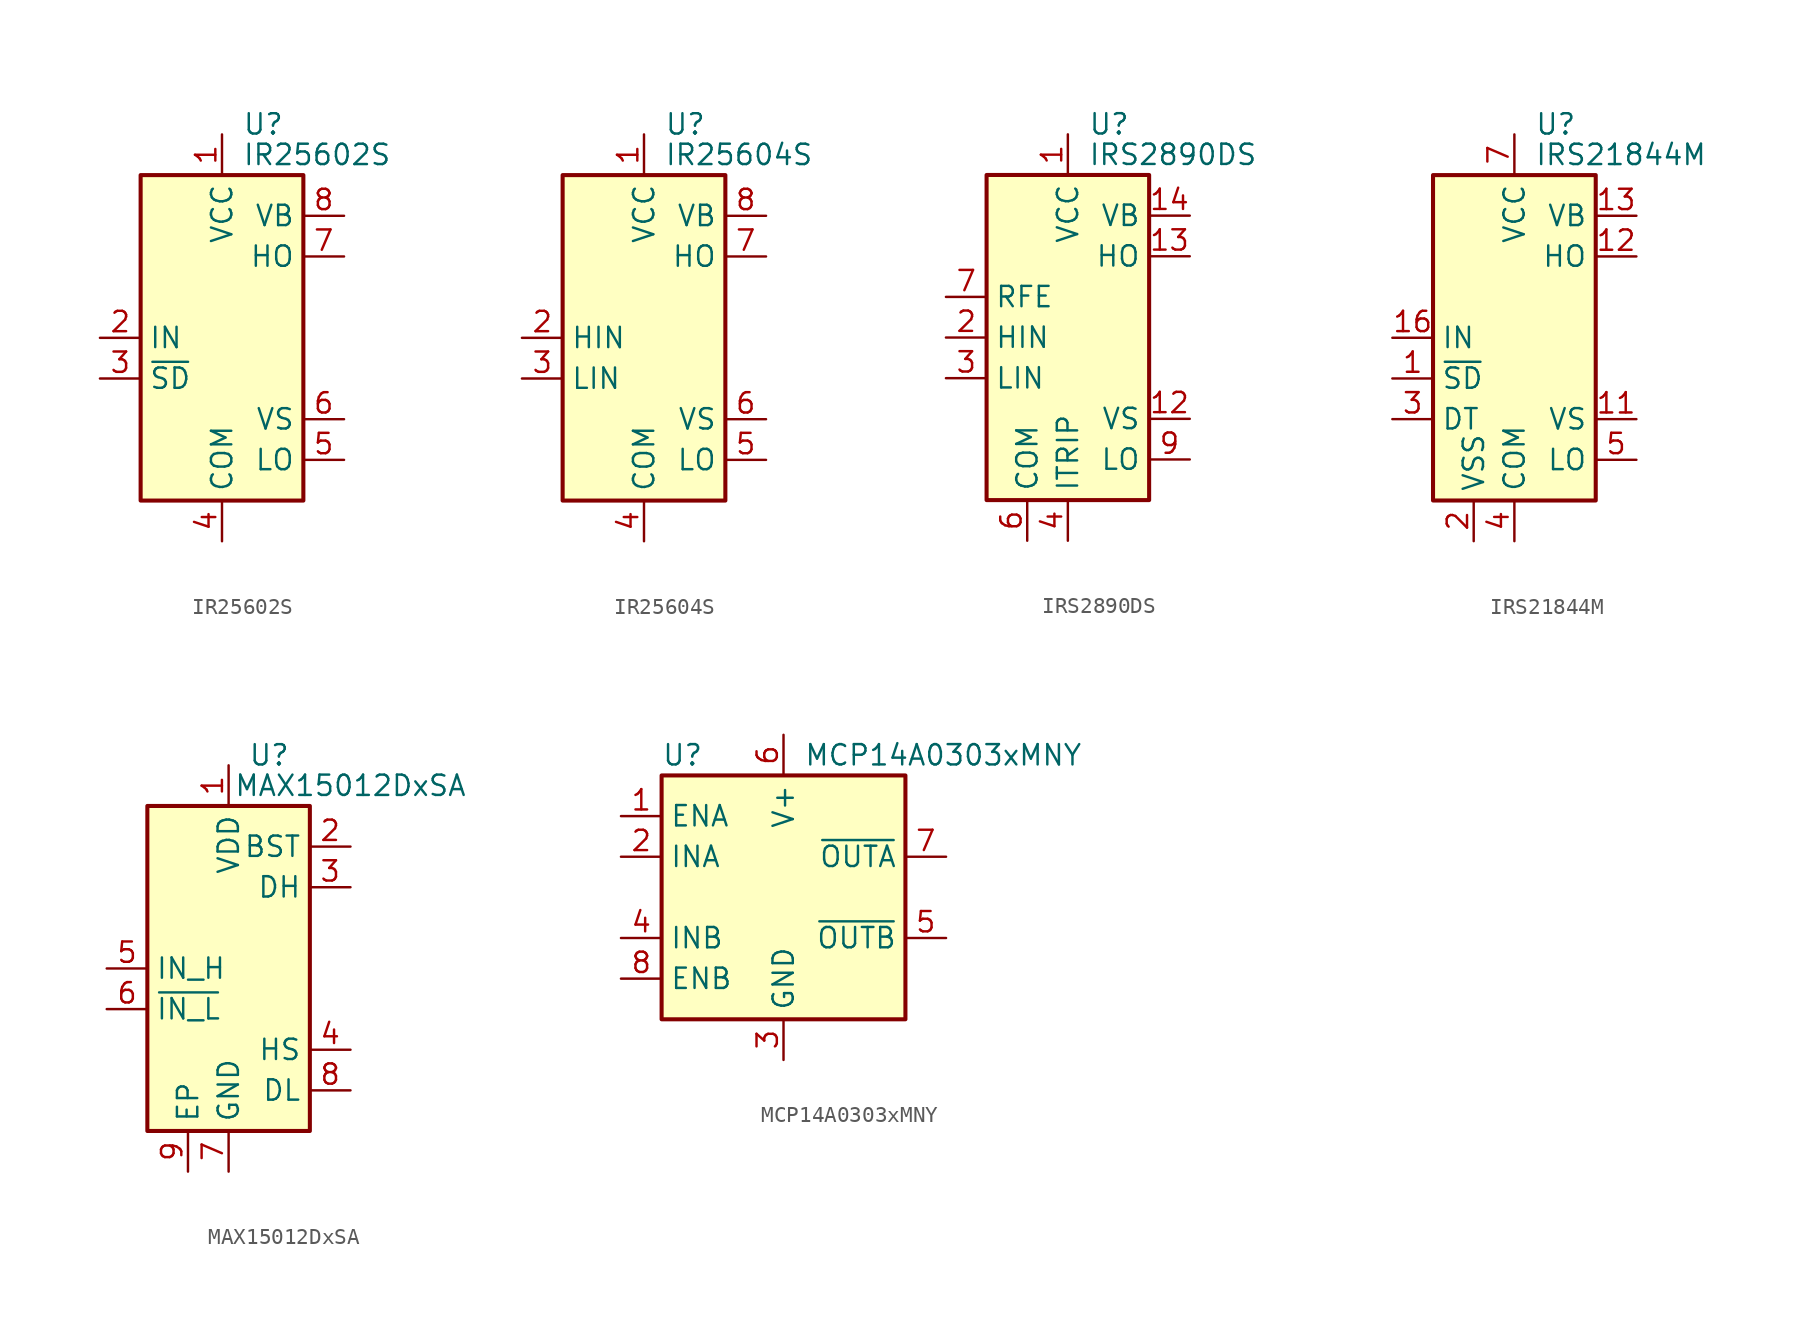
<source format=kicad_sym>
(kicad_symbol_lib
  (version 20211014)
  (generator kicad_symbol_editor)
  (symbol "IR25602S"
    (property "Reference" "U"
      (at 1.27 13.335 0)
      (effects (font (size 1.27 1.27)) (justify left)))
    (property "Value" "IR25602S"
      (at 1.27 11.43 0)
      (effects (font (size 1.27 1.27)) (justify left)))
    (symbol "IR25602S_0_1"
      (rectangle (start -5.08 -10.16) (end 5.08 10.16) (stroke (width 0.254) (type default) (color 0 0 0 0)) (fill (type background))))
    (symbol "IR25602S_1_1"
      (pin power_in line (at 0 12.7 270) (length 2.54) (name "VCC" (effects (font (size 1.27 1.27)))) (number "1" (effects (font (size 1.27 1.27)))))
      (pin input line (at -7.62 0 0) (length 2.54) (name "IN" (effects (font (size 1.27 1.27)))) (number "2" (effects (font (size 1.27 1.27)))))
      (pin input line (at -7.62 -2.54 0) (length 2.54) (name "~{SD}" (effects (font (size 1.27 1.27)))) (number "3" (effects (font (size 1.27 1.27)))))
      (pin power_in line (at 0 -12.7 90) (length 2.54) (name "COM" (effects (font (size 1.27 1.27)))) (number "4" (effects (font (size 1.27 1.27)))))
      (pin output line (at 7.62 -7.62 180) (length 2.54) (name "LO" (effects (font (size 1.27 1.27)))) (number "5" (effects (font (size 1.27 1.27)))))
      (pin passive line (at 7.62 -5.08 180) (length 2.54) (name "VS" (effects (font (size 1.27 1.27)))) (number "6" (effects (font (size 1.27 1.27)))))
      (pin output line (at 7.62 5.08 180) (length 2.54) (name "HO" (effects (font (size 1.27 1.27)))) (number "7" (effects (font (size 1.27 1.27)))))
      (pin passive line (at 7.62 7.62 180) (length 2.54) (name "VB" (effects (font (size 1.27 1.27)))) (number "8" (effects (font (size 1.27 1.27)))))))
  (symbol "IR25604S"
    (property "Reference" "U"
      (at 1.27 13.335 0)
      (effects (font (size 1.27 1.27)) (justify left)))
    (property "Value" "IR25604S"
      (at 1.27 11.43 0)
      (effects (font (size 1.27 1.27)) (justify left)))
    (symbol "IR25604S_0_1"
      (rectangle (start -5.08 -10.16) (end 5.08 10.16) (stroke (width 0.254) (type default) (color 0 0 0 0)) (fill (type background))))
    (symbol "IR25604S_1_1"
      (pin power_in line (at 0 12.7 270) (length 2.54) (name "VCC" (effects (font (size 1.27 1.27)))) (number "1" (effects (font (size 1.27 1.27)))))
      (pin input line (at -7.62 0 0) (length 2.54) (name "HIN" (effects (font (size 1.27 1.27)))) (number "2" (effects (font (size 1.27 1.27)))))
      (pin input line (at -7.62 -2.54 0) (length 2.54) (name "LIN" (effects (font (size 1.27 1.27)))) (number "3" (effects (font (size 1.27 1.27)))))
      (pin power_in line (at 0 -12.7 90) (length 2.54) (name "COM" (effects (font (size 1.27 1.27)))) (number "4" (effects (font (size 1.27 1.27)))))
      (pin output line (at 7.62 -7.62 180) (length 2.54) (name "LO" (effects (font (size 1.27 1.27)))) (number "5" (effects (font (size 1.27 1.27)))))
      (pin passive line (at 7.62 -5.08 180) (length 2.54) (name "VS" (effects (font (size 1.27 1.27)))) (number "6" (effects (font (size 1.27 1.27)))))
      (pin output line (at 7.62 5.08 180) (length 2.54) (name "HO" (effects (font (size 1.27 1.27)))) (number "7" (effects (font (size 1.27 1.27)))))
      (pin passive line (at 7.62 7.62 180) (length 2.54) (name "VB" (effects (font (size 1.27 1.27)))) (number "8" (effects (font (size 1.27 1.27)))))))
  (symbol "IRS2890DS"
    (property "Reference" "U"
      (at 1.27 13.335 0)
      (effects (font (size 1.27 1.27)) (justify left)))
    (property "Value" "IRS2890DS"
      (at 1.27 11.43 0)
      (effects (font (size 1.27 1.27)) (justify left)))
    (symbol "IRS2890DS_0_1"
      (rectangle (start -5.08 -10.16) (end 5.08 10.16) (stroke (width 0.254) (type default) (color 0 0 0 0)) (fill (type background))))
    (symbol "IRS2890DS_1_1"
      (pin power_in line (at 0 12.7 270) (length 2.54) (name "VCC" (effects (font (size 1.27 1.27)))) (number "1" (effects (font (size 1.27 1.27)))))
      (pin no_connect line (at 5.08 2.54 180) (length 2.54) hide (name "NC" (effects (font (size 1.27 1.27)))) (number "10" (effects (font (size 1.27 1.27)))))
      (pin no_connect line (at 5.08 0 180) (length 2.54) hide (name "NC" (effects (font (size 1.27 1.27)))) (number "11" (effects (font (size 1.27 1.27)))))
      (pin passive line (at 7.62 -5.08 180) (length 2.54) (name "VS" (effects (font (size 1.27 1.27)))) (number "12" (effects (font (size 1.27 1.27)))))
      (pin output line (at 7.62 5.08 180) (length 2.54) (name "HO" (effects (font (size 1.27 1.27)))) (number "13" (effects (font (size 1.27 1.27)))))
      (pin passive line (at 7.62 7.62 180) (length 2.54) (name "VB" (effects (font (size 1.27 1.27)))) (number "14" (effects (font (size 1.27 1.27)))))
      (pin input line (at -7.62 0 0) (length 2.54) (name "HIN" (effects (font (size 1.27 1.27)))) (number "2" (effects (font (size 1.27 1.27)))))
      (pin input line (at -7.62 -2.54 0) (length 2.54) (name "LIN" (effects (font (size 1.27 1.27)))) (number "3" (effects (font (size 1.27 1.27)))))
      (pin passive line (at 0 -12.7 90) (length 2.54) (name "ITRIP" (effects (font (size 1.27 1.27)))) (number "4" (effects (font (size 1.27 1.27)))))
      (pin no_connect line (at -5.08 7.62 0) (length 2.54) hide (name "NC" (effects (font (size 1.27 1.27)))) (number "5" (effects (font (size 1.27 1.27)))))
      (pin power_in line (at -2.54 -12.7 90) (length 2.54) (name "COM" (effects (font (size 1.27 1.27)))) (number "6" (effects (font (size 1.27 1.27)))))
      (pin open_collector line (at -7.62 2.54 0) (length 2.54) (name "RFE" (effects (font (size 1.27 1.27)))) (number "7" (effects (font (size 1.27 1.27)))))
      (pin no_connect line (at -5.08 5.08 0) (length 2.54) hide (name "NC" (effects (font (size 1.27 1.27)))) (number "8" (effects (font (size 1.27 1.27)))))
      (pin output line (at 7.62 -7.62 180) (length 2.54) (name "LO" (effects (font (size 1.27 1.27)))) (number "9" (effects (font (size 1.27 1.27)))))))
  (symbol "IRS21844M"
    (property "Reference" "U"
      (at 1.27 13.335 0)
      (effects (font (size 1.27 1.27)) (justify left)))
    (property "Value" "IRS21844M"
      (at 1.27 11.43 0)
      (effects (font (size 1.27 1.27)) (justify left)))
    (symbol "IRS21844M_0_1"
      (rectangle (start -5.08 -10.16) (end 5.08 10.16) (stroke (width 0.254) (type default) (color 0 0 0 0)) (fill (type background))))
    (symbol "IRS21844M_1_1"
      (pin input line (at -7.62 -2.54 0) (length 2.54) (name "~{SD}" (effects (font (size 1.27 1.27)))) (number "1" (effects (font (size 1.27 1.27)))))
      (pin passive line (at 7.62 -5.08 180) (length 2.54) (name "VS" (effects (font (size 1.27 1.27)))) (number "11" (effects (font (size 1.27 1.27)))))
      (pin output line (at 7.62 5.08 180) (length 2.54) (name "HO" (effects (font (size 1.27 1.27)))) (number "12" (effects (font (size 1.27 1.27)))))
      (pin passive line (at 7.62 7.62 180) (length 2.54) (name "VB" (effects (font (size 1.27 1.27)))) (number "13" (effects (font (size 1.27 1.27)))))
      (pin no_connect line (at 5.08 2.54 180) (length 2.54) hide (name "NC" (effects (font (size 1.27 1.27)))) (number "14" (effects (font (size 1.27 1.27)))))
      (pin input line (at -7.62 0 0) (length 2.54) (name "IN" (effects (font (size 1.27 1.27)))) (number "16" (effects (font (size 1.27 1.27)))))
      (pin passive line (at 0 -12.7 90) (length 2.54) hide (name "COM" (effects (font (size 1.27 1.27)))) (number "17" (effects (font (size 1.27 1.27)))))
      (pin power_in line (at -2.54 -12.7 90) (length 2.54) (name "VSS" (effects (font (size 1.27 1.27)))) (number "2" (effects (font (size 1.27 1.27)))))
      (pin input line (at -7.62 -5.08 0) (length 2.54) (name "DT" (effects (font (size 1.27 1.27)))) (number "3" (effects (font (size 1.27 1.27)))))
      (pin power_in line (at 0 -12.7 90) (length 2.54) (name "COM" (effects (font (size 1.27 1.27)))) (number "4" (effects (font (size 1.27 1.27)))))
      (pin output line (at 7.62 -7.62 180) (length 2.54) (name "LO" (effects (font (size 1.27 1.27)))) (number "5" (effects (font (size 1.27 1.27)))))
      (pin no_connect line (at -5.08 7.62 0) (length 2.54) hide (name "NC" (effects (font (size 1.27 1.27)))) (number "6" (effects (font (size 1.27 1.27)))))
      (pin power_in line (at 0 12.7 270) (length 2.54) (name "VCC" (effects (font (size 1.27 1.27)))) (number "7" (effects (font (size 1.27 1.27)))))
      (pin no_connect line (at -5.08 5.08 0) (length 2.54) hide (name "NC" (effects (font (size 1.27 1.27)))) (number "8" (effects (font (size 1.27 1.27)))))
      (pin no_connect line (at -5.08 2.54 0) (length 2.54) hide (name "NC" (effects (font (size 1.27 1.27)))) (number "9" (effects (font (size 1.27 1.27)))))))
  (symbol "MAX15012DxSA"
    (property "Reference" "U"
      (at 2.54 13.335 0)
      (effects (font (size 1.27 1.27))))
    (property "Value" "MAX15012DxSA"
      (at 7.62 11.43 0)
      (effects (font (size 1.27 1.27))))
    (symbol "MAX15012DxSA_0_1"
      (rectangle (start -5.08 -10.16) (end 5.08 10.16) (stroke (width 0.254) (type default) (color 0 0 0 0)) (fill (type background))))
    (symbol "MAX15012DxSA_1_1"
      (pin power_in line (at 0 12.7 270) (length 2.54) (name "VDD" (effects (font (size 1.27 1.27)))) (number "1" (effects (font (size 1.27 1.27)))))
      (pin power_in line (at 7.62 7.62 180) (length 2.54) (name "BST" (effects (font (size 1.27 1.27)))) (number "2" (effects (font (size 1.27 1.27)))))
      (pin output line (at 7.62 5.08 180) (length 2.54) (name "DH" (effects (font (size 1.27 1.27)))) (number "3" (effects (font (size 1.27 1.27)))))
      (pin passive line (at 7.62 -5.08 180) (length 2.54) (name "HS" (effects (font (size 1.27 1.27)))) (number "4" (effects (font (size 1.27 1.27)))))
      (pin input line (at -7.62 0 0) (length 2.54) (name "IN_H" (effects (font (size 1.27 1.27)))) (number "5" (effects (font (size 1.27 1.27)))))
      (pin input line (at -7.62 -2.54 0) (length 2.54) (name "~{IN_L}" (effects (font (size 1.27 1.27)))) (number "6" (effects (font (size 1.27 1.27)))))
      (pin power_in line (at 0 -12.7 90) (length 2.54) (name "GND" (effects (font (size 1.27 1.27)))) (number "7" (effects (font (size 1.27 1.27)))))
      (pin output line (at 7.62 -7.62 180) (length 2.54) (name "DL" (effects (font (size 1.27 1.27)))) (number "8" (effects (font (size 1.27 1.27)))))
      (pin output line (at -2.54 -12.7 90) (length 2.54) (name "EP" (effects (font (size 1.27 1.27)))) (number "9" (effects (font (size 1.27 1.27)))))))
  (symbol "MCP14A0303xMNY"
    (property "Reference" "U"
      (at -7.62 8.89 0)
      (effects (font (size 1.27 1.27)) (justify left)))
    (property "Value" "MCP14A0303xMNY"
      (at 1.27 8.89 0)
      (effects (font (size 1.27 1.27)) (justify left)))
    (symbol "MCP14A0303xMNY_0_1"
      (rectangle (start -7.62 -7.62) (end 7.62 7.62) (stroke (width 0.254) (type default) (color 0 0 0 0)) (fill (type background))))
    (symbol "MCP14A0303xMNY_1_1"
      (pin input line (at -10.16 5.08 0) (length 2.54) (name "ENA" (effects (font (size 1.27 1.27)))) (number "1" (effects (font (size 1.27 1.27)))))
      (pin input line (at -10.16 2.54 0) (length 2.54) (name "INA" (effects (font (size 1.27 1.27)))) (number "2" (effects (font (size 1.27 1.27)))))
      (pin power_in line (at 0 -10.16 90) (length 2.54) (name "GND" (effects (font (size 1.27 1.27)))) (number "3" (effects (font (size 1.27 1.27)))))
      (pin input line (at -10.16 -2.54 0) (length 2.54) (name "INB" (effects (font (size 1.27 1.27)))) (number "4" (effects (font (size 1.27 1.27)))))
      (pin output line (at 10.16 -2.54 180) (length 2.54) (name "~{OUTB}" (effects (font (size 1.27 1.27)))) (number "5" (effects (font (size 1.27 1.27)))))
      (pin power_in line (at 0 10.16 270) (length 2.54) (name "V+" (effects (font (size 1.27 1.27)))) (number "6" (effects (font (size 1.27 1.27)))))
      (pin output line (at 10.16 2.54 180) (length 2.54) (name "~{OUTA}" (effects (font (size 1.27 1.27)))) (number "7" (effects (font (size 1.27 1.27)))))
      (pin input line (at -10.16 -5.08 0) (length 2.54) (name "ENB" (effects (font (size 1.27 1.27)))) (number "8" (effects (font (size 1.27 1.27)))))
      (pin passive line (at 0 -10.16 90) (length 2.54) hide (name "GND" (effects (font (size 1.27 1.27)))) (number "9" (effects (font (size 1.27 1.27))))))))
</source>
